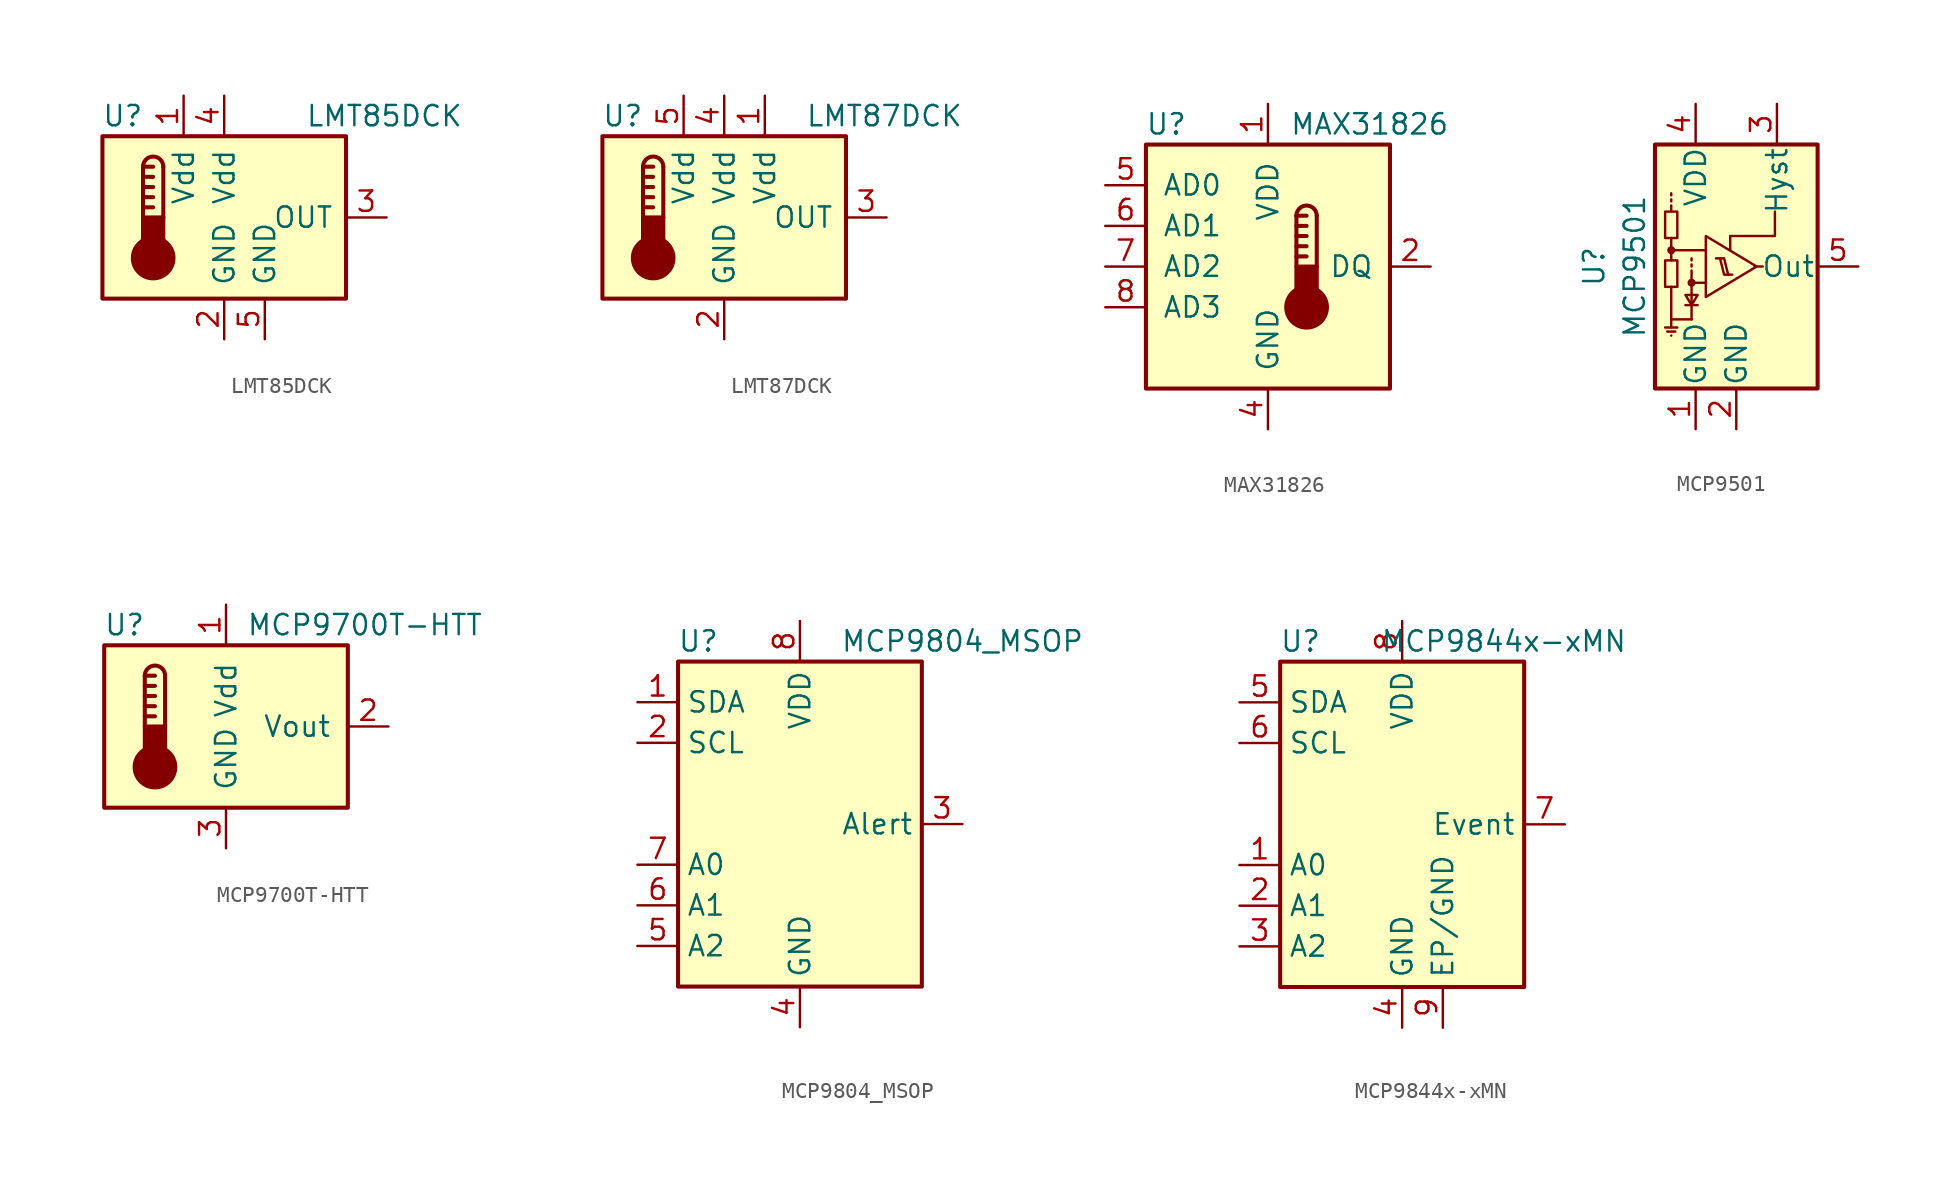
<source format=kicad_sym>
(kicad_symbol_lib
  (version 20201005)
  (generator kicad_symbol_editor)
  (symbol "LMT85DCK"
    (pin_names
      (offset 0.762))
    (property "Reference" "U"
      (at -6.35 6.35 0)
      (effects (font (size 1.27 1.27))))
    (property "Value" "LMT85DCK"
      (at 5.08 6.35 0)
      (effects (font (size 1.27 1.27)) (justify left)))
    (symbol "LMT85DCK_0_1"
      (arc (start -3.81 3.175) (end -5.08 3.175) (radius (at -4.445 3.175) (length 0.635) (angles 0.1 179.9)) (stroke (width 0.254)) (fill (type none)))
      (circle (center -4.445 -2.54) (radius 1.27) (stroke (width 0.254)) (fill (type outline)))
      (rectangle (start -3.81 -1.905) (end -5.08 0) (stroke (width 0.254)) (fill (type outline)))
      (rectangle (start -7.62 5.08) (end 7.62 -5.08) (stroke (width 0.254)) (fill (type background)))
      (polyline (pts (xy -5.08 0.635) (xy -4.445 0.635)) (stroke (width 0.254)) (fill (type none)))
      (polyline (pts (xy -5.08 1.27) (xy -4.445 1.27)) (stroke (width 0.254)) (fill (type none)))
      (polyline (pts (xy -5.08 1.905) (xy -4.445 1.905)) (stroke (width 0.254)) (fill (type none)))
      (polyline (pts (xy -5.08 2.54) (xy -4.445 2.54)) (stroke (width 0.254)) (fill (type none)))
      (polyline (pts (xy -5.08 3.175) (xy -5.08 0)) (stroke (width 0.254)) (fill (type none)))
      (polyline (pts (xy -5.08 3.175) (xy -4.445 3.175)) (stroke (width 0.254)) (fill (type none)))
      (polyline (pts (xy -3.81 3.175) (xy -3.81 0)) (stroke (width 0.254)) (fill (type none))))
    (symbol "LMT85DCK_1_1"
      (pin power_in line (at -2.54 7.62 270) (length 2.54) (name "Vdd" (effects (font (size 1.27 1.27)))) (number "1" (effects (font (size 1.27 1.27)))))
      (pin power_in line (at 0 -7.62 90) (length 2.54) (name "GND" (effects (font (size 1.27 1.27)))) (number "2" (effects (font (size 1.27 1.27)))))
      (pin output line (at 10.16 0 180) (length 2.54) (name "OUT" (effects (font (size 1.27 1.27)))) (number "3" (effects (font (size 1.27 1.27)))))
      (pin power_in line (at 0 7.62 270) (length 2.54) (name "Vdd" (effects (font (size 1.27 1.27)))) (number "4" (effects (font (size 1.27 1.27)))))
      (pin power_in line (at 2.54 -7.62 90) (length 2.54) (name "GND" (effects (font (size 1.27 1.27)))) (number "5" (effects (font (size 1.27 1.27)))))))
  (symbol "LMT87DCK"
    (pin_names
      (offset 0.762))
    (property "Reference" "U"
      (at -6.35 6.35 0)
      (effects (font (size 1.27 1.27))))
    (property "Value" "LMT87DCK"
      (at 5.08 6.35 0)
      (effects (font (size 1.27 1.27)) (justify left)))
    (symbol "LMT87DCK_0_1"
      (arc (start -3.81 3.175) (end -5.08 3.175) (radius (at -4.445 3.175) (length 0.635) (angles 0.1 179.9)) (stroke (width 0.254)) (fill (type none)))
      (circle (center -4.445 -2.54) (radius 1.27) (stroke (width 0.254)) (fill (type outline)))
      (rectangle (start -3.81 -1.905) (end -5.08 0) (stroke (width 0.254)) (fill (type outline)))
      (rectangle (start -7.62 5.08) (end 7.62 -5.08) (stroke (width 0.254)) (fill (type background)))
      (polyline (pts (xy -5.08 0.635) (xy -4.445 0.635)) (stroke (width 0.254)) (fill (type none)))
      (polyline (pts (xy -5.08 1.27) (xy -4.445 1.27)) (stroke (width 0.254)) (fill (type none)))
      (polyline (pts (xy -5.08 1.905) (xy -4.445 1.905)) (stroke (width 0.254)) (fill (type none)))
      (polyline (pts (xy -5.08 2.54) (xy -4.445 2.54)) (stroke (width 0.254)) (fill (type none)))
      (polyline (pts (xy -5.08 3.175) (xy -5.08 0)) (stroke (width 0.254)) (fill (type none)))
      (polyline (pts (xy -5.08 3.175) (xy -4.445 3.175)) (stroke (width 0.254)) (fill (type none)))
      (polyline (pts (xy -3.81 3.175) (xy -3.81 0)) (stroke (width 0.254)) (fill (type none))))
    (symbol "LMT87DCK_1_1"
      (pin power_in line (at 2.54 7.62 270) (length 2.54) (name "Vdd" (effects (font (size 1.27 1.27)))) (number "1" (effects (font (size 1.27 1.27)))))
      (pin power_in line (at 0 -7.62 90) (length 2.54) (name "GND" (effects (font (size 1.27 1.27)))) (number "2" (effects (font (size 1.27 1.27)))))
      (pin output line (at 10.16 0 180) (length 2.54) (name "OUT" (effects (font (size 1.27 1.27)))) (number "3" (effects (font (size 1.27 1.27)))))
      (pin power_in line (at 0 7.62 270) (length 2.54) (name "Vdd" (effects (font (size 1.27 1.27)))) (number "4" (effects (font (size 1.27 1.27)))))
      (pin power_in line (at -2.54 7.62 270) (length 2.54) (name "Vdd" (effects (font (size 1.27 1.27)))) (number "5" (effects (font (size 1.27 1.27)))))))
  (symbol "MAX31826"
    (pin_names
      (offset 1.016))
    (property "Reference" "U"
      (at -6.35 8.89 0)
      (effects (font (size 1.27 1.27))))
    (property "Value" "MAX31826"
      (at 6.35 8.89 0)
      (effects (font (size 1.27 1.27))))
    (symbol "MAX31826_0_1"
      (arc (start 3.048 3.175) (end 1.778 3.175) (radius (at 2.413 3.175) (length 0.635) (angles 0.1 179.9)) (stroke (width 0.254)) (fill (type none)))
      (circle (center 2.413 -2.54) (radius 1.27) (stroke (width 0.254)) (fill (type outline)))
      (rectangle (start 3.048 -1.905) (end 1.778 0) (stroke (width 0.254)) (fill (type outline)))
      (rectangle (start -7.62 7.62) (end 7.62 -7.62) (stroke (width 0.254)) (fill (type background)))
      (polyline (pts (xy 1.778 0.635) (xy 2.413 0.635)) (stroke (width 0.254)) (fill (type none)))
      (polyline (pts (xy 1.778 1.27) (xy 2.413 1.27)) (stroke (width 0.254)) (fill (type none)))
      (polyline (pts (xy 1.778 1.905) (xy 2.413 1.905)) (stroke (width 0.254)) (fill (type none)))
      (polyline (pts (xy 1.778 2.54) (xy 2.413 2.54)) (stroke (width 0.254)) (fill (type none)))
      (polyline (pts (xy 1.778 3.175) (xy 1.778 0)) (stroke (width 0.254)) (fill (type none)))
      (polyline (pts (xy 1.778 3.175) (xy 2.413 3.175)) (stroke (width 0.254)) (fill (type none)))
      (polyline (pts (xy 3.048 3.175) (xy 3.048 0)) (stroke (width 0.254)) (fill (type none))))
    (symbol "MAX31826_1_1"
      (pin power_in line (at 0 10.16 270) (length 2.54) (name "VDD" (effects (font (size 1.27 1.27)))) (number "1" (effects (font (size 1.27 1.27)))))
      (pin bidirectional line (at 10.16 0 180) (length 2.54) (name "DQ" (effects (font (size 1.27 1.27)))) (number "2" (effects (font (size 1.27 1.27)))))
      (pin no_connect line (at -10.16 -5.08 0) (length 2.54) hide (name "NC" (effects (font (size 1.27 1.27)))) (number "3" (effects (font (size 1.27 1.27)))))
      (pin power_in line (at 0 -10.16 90) (length 2.54) (name "GND" (effects (font (size 1.27 1.27)))) (number "4" (effects (font (size 1.27 1.27)))))
      (pin input line (at -10.16 5.08 0) (length 2.54) (name "AD0" (effects (font (size 1.27 1.27)))) (number "5" (effects (font (size 1.27 1.27)))))
      (pin input line (at -10.16 2.54 0) (length 2.54) (name "AD1" (effects (font (size 1.27 1.27)))) (number "6" (effects (font (size 1.27 1.27)))))
      (pin input line (at -10.16 0 0) (length 2.54) (name "AD2" (effects (font (size 1.27 1.27)))) (number "7" (effects (font (size 1.27 1.27)))))
      (pin input line (at -10.16 -2.54 0) (length 2.54) (name "AD3" (effects (font (size 1.27 1.27)))) (number "8" (effects (font (size 1.27 1.27)))))))
  (symbol "MCP9501"
    (pin_names
      (offset 0.127))
    (property "Reference" "U"
      (at -6.35 0 90)
      (effects (font (size 1.27 1.27))))
    (property "Value" "MCP9501"
      (at -3.81 0 90)
      (effects (font (size 1.27 1.27))))
    (symbol "MCP9501_0_1"
      (circle (center -1.524 1.016) (radius 0.178) (stroke (width 0)) (fill (type outline)))
      (circle (center -0.254 -1.016) (radius 0.178) (stroke (width 0)) (fill (type outline)))
      (rectangle (start -1.905 0.381) (end -1.143 -1.27) (stroke (width 0)) (fill (type none)))
      (rectangle (start -1.905 3.429) (end -1.143 1.778) (stroke (width 0)) (fill (type none)))
      (rectangle (start -2.54 7.62) (end 7.62 -7.62) (stroke (width 0.254)) (fill (type background)))
      (polyline (pts (xy -1.905 -3.81) (xy -1.143 -3.81)) (stroke (width 0)) (fill (type none)))
      (polyline (pts (xy -1.778 -4.064) (xy -1.27 -4.064)) (stroke (width 0)) (fill (type none)))
      (polyline (pts (xy -1.524 -4.318) (xy -1.524 -4.318)) (stroke (width 0)) (fill (type none)))
      (polyline (pts (xy -1.524 -3.302) (xy -1.524 -3.81)) (stroke (width 0)) (fill (type none)))
      (polyline (pts (xy -1.524 1.016) (xy -1.524 0.381)) (stroke (width 0)) (fill (type none)))
      (polyline (pts (xy -1.524 3.429) (xy -1.524 3.81)) (stroke (width 0)) (fill (type none)))
      (polyline (pts (xy -1.524 4.064) (xy -1.524 4.191)) (stroke (width 0)) (fill (type none)))
      (polyline (pts (xy -1.524 4.445) (xy -1.524 4.572)) (stroke (width 0)) (fill (type none)))
      (polyline (pts (xy -0.635 -2.413) (xy 0.127 -2.413)) (stroke (width 0)) (fill (type none)))
      (polyline (pts (xy -0.254 0) (xy -0.254 0.127)) (stroke (width 0)) (fill (type none)))
      (polyline (pts (xy -0.254 0.381) (xy -0.254 0.508)) (stroke (width 0)) (fill (type none)))
      (polyline (pts (xy 3.683 0) (xy 4.191 0)) (stroke (width 0)) (fill (type none)))
      (polyline (pts (xy -1.524 -1.27) (xy -1.524 -3.302) (xy -0.254 -3.302)) (stroke (width 0)) (fill (type none)))
      (polyline (pts (xy -0.254 -1.016) (xy -0.254 -0.381) (xy -0.254 -0.254)) (stroke (width 0)) (fill (type none)))
      (polyline (pts (xy 0.635 -1.016) (xy -0.254 -1.016) (xy -0.254 -3.302)) (stroke (width 0)) (fill (type none)))
      (polyline (pts (xy 0.635 1.016) (xy -1.524 1.016) (xy -1.524 1.778)) (stroke (width 0)) (fill (type none)))
      (polyline (pts (xy 1.524 0.508) (xy 1.778 -0.508) (xy 2.032 -0.508)) (stroke (width 0)) (fill (type none)))
      (polyline (pts (xy 0.127 -1.778) (xy -0.635 -1.778) (xy -0.254 -2.413) (xy 0.127 -1.778)) (stroke (width 0)) (fill (type none)))
      (polyline (pts (xy 1.27 0.508) (xy 1.778 0.508) (xy 2.032 -0.508) (xy 2.286 -0.508)) (stroke (width 0)) (fill (type none)))
      (polyline (pts (xy 3.81 0) (xy 0.635 1.905) (xy 0.635 -1.905) (xy 3.81 0)) (stroke (width 0)) (fill (type none)))
      (polyline (pts (xy 4.953 3.429) (xy 4.953 1.905) (xy 2.159 1.905) (xy 2.159 1.016)) (stroke (width 0)) (fill (type none))))
    (symbol "MCP9501_1_1"
      (pin power_in line (at 0 -10.16 90) (length 2.54) (name "GND" (effects (font (size 1.27 1.27)))) (number "1" (effects (font (size 1.27 1.27)))))
      (pin power_in line (at 2.54 -10.16 90) (length 2.54) (name "GND" (effects (font (size 1.27 1.27)))) (number "2" (effects (font (size 1.27 1.27)))))
      (pin input line (at 5.08 10.16 270) (length 2.54) (name "Hyst" (effects (font (size 1.27 1.27)))) (number "3" (effects (font (size 1.27 1.27)))))
      (pin power_in line (at 0 10.16 270) (length 2.54) (name "VDD" (effects (font (size 1.27 1.27)))) (number "4" (effects (font (size 1.27 1.27)))))
      (pin open_collector line (at 10.16 0 180) (length 2.54) (name "Out" (effects (font (size 1.27 1.27)))) (number "5" (effects (font (size 1.27 1.27)))))))
  (symbol "MCP9700T-HTT"
    (pin_names
      (offset 1.016))
    (property "Reference" "U"
      (at -6.35 6.35 0)
      (effects (font (size 1.27 1.27))))
    (property "Value" "MCP9700T-HTT"
      (at 1.27 6.35 0)
      (effects (font (size 1.27 1.27)) (justify left)))
    (symbol "MCP9700T-HTT_0_1"
      (arc (start -3.81 3.175) (end -5.08 3.175) (radius (at -4.445 3.175) (length 0.635) (angles 0.1 179.9)) (stroke (width 0.254)) (fill (type none)))
      (circle (center -4.445 -2.54) (radius 1.27) (stroke (width 0.254)) (fill (type outline)))
      (rectangle (start -3.81 -1.905) (end -5.08 0) (stroke (width 0.254)) (fill (type outline)))
      (rectangle (start -7.62 5.08) (end 7.62 -5.08) (stroke (width 0.254)) (fill (type background)))
      (polyline (pts (xy -5.08 0.635) (xy -4.445 0.635)) (stroke (width 0.254)) (fill (type none)))
      (polyline (pts (xy -5.08 1.27) (xy -4.445 1.27)) (stroke (width 0.254)) (fill (type none)))
      (polyline (pts (xy -5.08 1.905) (xy -4.445 1.905)) (stroke (width 0.254)) (fill (type none)))
      (polyline (pts (xy -5.08 2.54) (xy -4.445 2.54)) (stroke (width 0.254)) (fill (type none)))
      (polyline (pts (xy -5.08 3.175) (xy -5.08 0)) (stroke (width 0.254)) (fill (type none)))
      (polyline (pts (xy -5.08 3.175) (xy -4.445 3.175)) (stroke (width 0.254)) (fill (type none)))
      (polyline (pts (xy -3.81 3.175) (xy -3.81 0)) (stroke (width 0.254)) (fill (type none))))
    (symbol "MCP9700T-HTT_1_1"
      (pin power_in line (at 0 7.62 270) (length 2.54) (name "Vdd" (effects (font (size 1.27 1.27)))) (number "1" (effects (font (size 1.27 1.27)))))
      (pin output line (at 10.16 0 180) (length 2.54) (name "Vout" (effects (font (size 1.27 1.27)))) (number "2" (effects (font (size 1.27 1.27)))))
      (pin power_in line (at 0 -7.62 90) (length 2.54) (name "GND" (effects (font (size 1.27 1.27)))) (number "3" (effects (font (size 1.27 1.27)))))))
  (symbol "MCP9804_MSOP"
    (property "Reference" "U"
      (at -6.35 11.43 0)
      (effects (font (size 1.27 1.27))))
    (property "Value" "MCP9804_MSOP"
      (at 10.16 11.43 0)
      (effects (font (size 1.27 1.27))))
    (symbol "MCP9804_MSOP_0_1"
      (rectangle (start -7.62 10.16) (end 7.62 -10.16) (stroke (width 0.254)) (fill (type background))))
    (symbol "MCP9804_MSOP_1_1"
      (pin bidirectional line (at -10.16 7.62 0) (length 2.54) (name "SDA" (effects (font (size 1.27 1.27)))) (number "1" (effects (font (size 1.27 1.27)))))
      (pin input line (at -10.16 5.08 0) (length 2.54) (name "SCL" (effects (font (size 1.27 1.27)))) (number "2" (effects (font (size 1.27 1.27)))))
      (pin output line (at 10.16 0 180) (length 2.54) (name "Alert" (effects (font (size 1.27 1.27)))) (number "3" (effects (font (size 1.27 1.27)))))
      (pin power_in line (at 0 -12.7 90) (length 2.54) (name "GND" (effects (font (size 1.27 1.27)))) (number "4" (effects (font (size 1.27 1.27)))))
      (pin input line (at -10.16 -7.62 0) (length 2.54) (name "A2" (effects (font (size 1.27 1.27)))) (number "5" (effects (font (size 1.27 1.27)))))
      (pin input line (at -10.16 -5.08 0) (length 2.54) (name "A1" (effects (font (size 1.27 1.27)))) (number "6" (effects (font (size 1.27 1.27)))))
      (pin input line (at -10.16 -2.54 0) (length 2.54) (name "A0" (effects (font (size 1.27 1.27)))) (number "7" (effects (font (size 1.27 1.27)))))
      (pin power_in line (at 0 12.7 270) (length 2.54) (name "VDD" (effects (font (size 1.27 1.27)))) (number "8" (effects (font (size 1.27 1.27)))))))
  (symbol "MCP9844x-xMN"
    (property "Reference" "U"
      (at -6.35 11.43 0)
      (effects (font (size 1.27 1.27))))
    (property "Value" "MCP9844x-xMN"
      (at 6.35 11.43 0)
      (effects (font (size 1.27 1.27))))
    (symbol "MCP9844x-xMN_0_1"
      (rectangle (start -7.62 10.16) (end 7.62 -10.16) (stroke (width 0.254)) (fill (type background))))
    (symbol "MCP9844x-xMN_1_1"
      (pin input line (at -10.16 -2.54 0) (length 2.54) (name "A0" (effects (font (size 1.27 1.27)))) (number "1" (effects (font (size 1.27 1.27)))))
      (pin input line (at -10.16 -5.08 0) (length 2.54) (name "A1" (effects (font (size 1.27 1.27)))) (number "2" (effects (font (size 1.27 1.27)))))
      (pin input line (at -10.16 -7.62 0) (length 2.54) (name "A2" (effects (font (size 1.27 1.27)))) (number "3" (effects (font (size 1.27 1.27)))))
      (pin power_in line (at 0 -12.7 90) (length 2.54) (name "GND" (effects (font (size 1.27 1.27)))) (number "4" (effects (font (size 1.27 1.27)))))
      (pin bidirectional line (at -10.16 7.62 0) (length 2.54) (name "SDA" (effects (font (size 1.27 1.27)))) (number "5" (effects (font (size 1.27 1.27)))))
      (pin input line (at -10.16 5.08 0) (length 2.54) (name "SCL" (effects (font (size 1.27 1.27)))) (number "6" (effects (font (size 1.27 1.27)))))
      (pin open_collector line (at 10.16 0 180) (length 2.54) (name "Event" (effects (font (size 1.27 1.27)))) (number "7" (effects (font (size 1.27 1.27)))))
      (pin power_in line (at 0 12.7 270) (length 2.54) (name "VDD" (effects (font (size 1.27 1.27)))) (number "8" (effects (font (size 1.27 1.27)))))
      (pin power_in line (at 2.54 -12.7 90) (length 2.54) (name "EP/GND" (effects (font (size 1.27 1.27)))) (number "9" (effects (font (size 1.27 1.27))))))))
</source>
